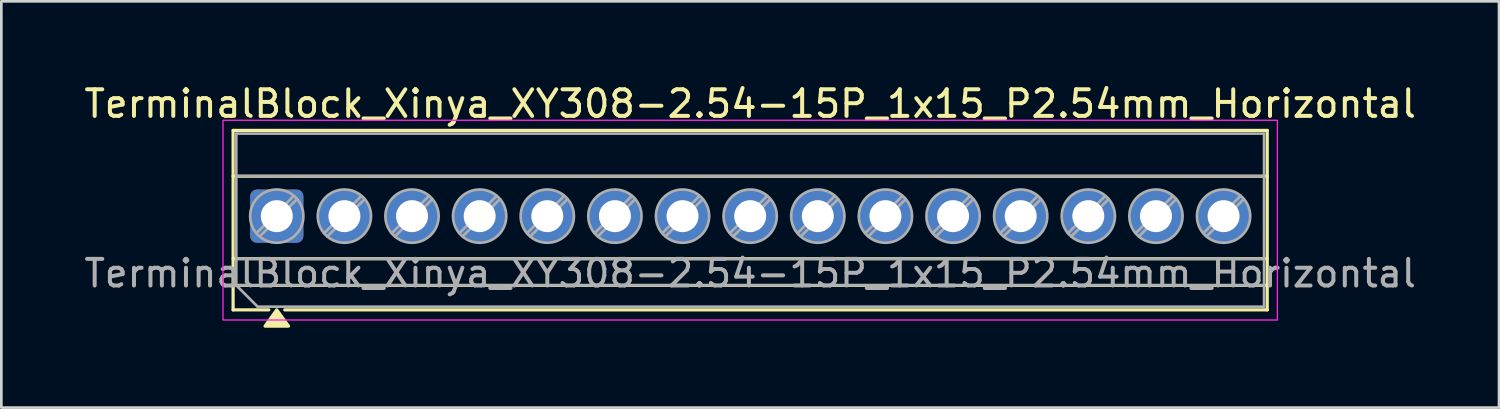
<source format=kicad_pcb>
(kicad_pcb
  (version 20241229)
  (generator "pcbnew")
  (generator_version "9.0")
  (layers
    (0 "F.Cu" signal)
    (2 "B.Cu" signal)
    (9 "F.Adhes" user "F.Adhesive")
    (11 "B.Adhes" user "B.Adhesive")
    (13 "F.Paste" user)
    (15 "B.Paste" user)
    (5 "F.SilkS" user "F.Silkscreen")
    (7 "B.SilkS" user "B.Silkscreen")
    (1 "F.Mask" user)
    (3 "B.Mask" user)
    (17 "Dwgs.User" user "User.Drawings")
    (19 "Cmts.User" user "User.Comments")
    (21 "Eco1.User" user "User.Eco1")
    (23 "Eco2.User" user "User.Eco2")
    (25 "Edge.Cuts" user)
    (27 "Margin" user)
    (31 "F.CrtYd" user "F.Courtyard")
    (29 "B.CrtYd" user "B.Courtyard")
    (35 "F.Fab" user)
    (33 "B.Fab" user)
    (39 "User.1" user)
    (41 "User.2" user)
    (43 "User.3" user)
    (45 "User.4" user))
  (footprint "TerminalBlock_Xinya_XY308-2.54-15P_1x15_P2.54mm_Horizontal"
    (layer "F.Cu")
    (at 7.345 5.068)
    (property "Reference" "TerminalBlock_Xinya_XY308-2.54-15P_1x15_P2.54mm_Horizontal" (at 17.78 -4.22 0) (layer "F.SilkS") (effects (font (size 1 1) (thickness 0.15))))
    (attr through_hole)
    (fp_line (start -1.64 -3.22) (end 37.2 -3.22) (stroke (width 0.12) (type solid)) (layer "F.SilkS"))
    (fp_line (start -1.64 -1.5) (end 37.2 -1.5) (stroke (width 0.12) (type solid)) (layer "F.SilkS"))
    (fp_line (start -1.64 1.6) (end 37.2 1.6) (stroke (width 0.12) (type solid)) (layer "F.SilkS"))
    (fp_line (start -1.64 2.6) (end 37.2 2.6) (stroke (width 0.12) (type solid)) (layer "F.SilkS"))
    (fp_line (start -1.64 3.52) (end -1.64 -3.22) (stroke (width 0.12) (type solid)) (layer "F.SilkS"))
    (fp_line (start -0.3 3.52) (end -1.64 3.52) (stroke (width 0.12) (type solid)) (layer "F.SilkS"))
    (fp_line (start 37.2 -3.22) (end 37.2 3.52) (stroke (width 0.12) (type solid)) (layer "F.SilkS"))
    (fp_line (start 37.2 3.52) (end 0.3 3.52) (stroke (width 0.12) (type solid)) (layer "F.SilkS"))
    (fp_poly (pts (xy 0 3.52) (xy 0.44 4.13) (xy -0.44 4.13)) (stroke (width 0.12) (type solid)) (fill yes) (layer "F.SilkS"))
    (fp_rect (start -2.02 -3.6) (end 37.58 3.9) (stroke (width 0.05) (type solid)) (fill no) (layer "F.CrtYd"))
    (fp_line (start -1.52 -3.1) (end 37.08 -3.1) (stroke (width 0.1) (type solid)) (layer "F.Fab"))
    (fp_line (start -1.52 -1.5) (end 37.08 -1.5) (stroke (width 0.1) (type solid)) (layer "F.Fab"))
    (fp_line (start -1.52 1.6) (end 37.08 1.6) (stroke (width 0.1) (type solid)) (layer "F.Fab"))
    (fp_line (start -1.52 2.6) (end -1.52 -3.1) (stroke (width 0.1) (type solid)) (layer "F.Fab"))
    (fp_line (start -1.52 2.6) (end 37.08 2.6) (stroke (width 0.1) (type solid)) (layer "F.Fab"))
    (fp_line (start -0.72 3.4) (end -1.52 2.6) (stroke (width 0.1) (type solid)) (layer "F.Fab"))
    (fp_line (start 0.636 -0.758) (end -0.758 0.636) (stroke (width 0.1) (type solid)) (layer "F.Fab"))
    (fp_line (start 0.758 -0.636) (end -0.636 0.758) (stroke (width 0.1) (type solid)) (layer "F.Fab"))
    (fp_line (start 3.176 -0.758) (end 1.782 0.636) (stroke (width 0.1) (type solid)) (layer "F.Fab"))
    (fp_line (start 3.298 -0.636) (end 1.904 0.758) (stroke (width 0.1) (type solid)) (layer "F.Fab"))
    (fp_line (start 5.716 -0.758) (end 4.322 0.636) (stroke (width 0.1) (type solid)) (layer "F.Fab"))
    (fp_line (start 5.838 -0.636) (end 4.444 0.758) (stroke (width 0.1) (type solid)) (layer "F.Fab"))
    (fp_line (start 8.256 -0.758) (end 6.862 0.636) (stroke (width 0.1) (type solid)) (layer "F.Fab"))
    (fp_line (start 8.378 -0.636) (end 6.984 0.758) (stroke (width 0.1) (type solid)) (layer "F.Fab"))
    (fp_line (start 10.796 -0.758) (end 9.402 0.636) (stroke (width 0.1) (type solid)) (layer "F.Fab"))
    (fp_line (start 10.918 -0.636) (end 9.524 0.758) (stroke (width 0.1) (type solid)) (layer "F.Fab"))
    (fp_line (start 13.336 -0.758) (end 11.942 0.636) (stroke (width 0.1) (type solid)) (layer "F.Fab"))
    (fp_line (start 13.458 -0.636) (end 12.064 0.758) (stroke (width 0.1) (type solid)) (layer "F.Fab"))
    (fp_line (start 15.876 -0.758) (end 14.482 0.636) (stroke (width 0.1) (type solid)) (layer "F.Fab"))
    (fp_line (start 15.998 -0.636) (end 14.604 0.758) (stroke (width 0.1) (type solid)) (layer "F.Fab"))
    (fp_line (start 18.416 -0.758) (end 17.022 0.636) (stroke (width 0.1) (type solid)) (layer "F.Fab"))
    (fp_line (start 18.538 -0.636) (end 17.144 0.758) (stroke (width 0.1) (type solid)) (layer "F.Fab"))
    (fp_line (start 20.956 -0.758) (end 19.562 0.636) (stroke (width 0.1) (type solid)) (layer "F.Fab"))
    (fp_line (start 21.078 -0.636) (end 19.684 0.758) (stroke (width 0.1) (type solid)) (layer "F.Fab"))
    (fp_line (start 23.496 -0.758) (end 22.102 0.636) (stroke (width 0.1) (type solid)) (layer "F.Fab"))
    (fp_line (start 23.618 -0.636) (end 22.224 0.758) (stroke (width 0.1) (type solid)) (layer "F.Fab"))
    (fp_line (start 26.036 -0.758) (end 24.642 0.636) (stroke (width 0.1) (type solid)) (layer "F.Fab"))
    (fp_line (start 26.158 -0.636) (end 24.764 0.758) (stroke (width 0.1) (type solid)) (layer "F.Fab"))
    (fp_line (start 28.576 -0.758) (end 27.182 0.636) (stroke (width 0.1) (type solid)) (layer "F.Fab"))
    (fp_line (start 28.698 -0.636) (end 27.304 0.758) (stroke (width 0.1) (type solid)) (layer "F.Fab"))
    (fp_line (start 31.116 -0.758) (end 29.722 0.636) (stroke (width 0.1) (type solid)) (layer "F.Fab"))
    (fp_line (start 31.238 -0.636) (end 29.844 0.758) (stroke (width 0.1) (type solid)) (layer "F.Fab"))
    (fp_line (start 33.656 -0.758) (end 32.262 0.636) (stroke (width 0.1) (type solid)) (layer "F.Fab"))
    (fp_line (start 33.778 -0.636) (end 32.384 0.758) (stroke (width 0.1) (type solid)) (layer "F.Fab"))
    (fp_line (start 36.196 -0.758) (end 34.802 0.636) (stroke (width 0.1) (type solid)) (layer "F.Fab"))
    (fp_line (start 36.318 -0.636) (end 34.924 0.758) (stroke (width 0.1) (type solid)) (layer "F.Fab"))
    (fp_line (start 37.08 -3.1) (end 37.08 3.4) (stroke (width 0.1) (type solid)) (layer "F.Fab"))
    (fp_line (start 37.08 3.4) (end -0.72 3.4) (stroke (width 0.1) (type solid)) (layer "F.Fab"))
    (fp_circle (center 0 0) (end 1 0) (stroke (width 0.1) (type solid)) (fill no) (layer "F.Fab"))
    (fp_circle (center 2.54 0) (end 3.54 0) (stroke (width 0.1) (type solid)) (fill no) (layer "F.Fab"))
    (fp_circle (center 5.08 0) (end 6.08 0) (stroke (width 0.1) (type solid)) (fill no) (layer "F.Fab"))
    (fp_circle (center 7.62 0) (end 8.62 0) (stroke (width 0.1) (type solid)) (fill no) (layer "F.Fab"))
    (fp_circle (center 10.16 0) (end 11.16 0) (stroke (width 0.1) (type solid)) (fill no) (layer "F.Fab"))
    (fp_circle (center 12.7 0) (end 13.7 0) (stroke (width 0.1) (type solid)) (fill no) (layer "F.Fab"))
    (fp_circle (center 15.24 0) (end 16.24 0) (stroke (width 0.1) (type solid)) (fill no) (layer "F.Fab"))
    (fp_circle (center 17.78 0) (end 18.78 0) (stroke (width 0.1) (type solid)) (fill no) (layer "F.Fab"))
    (fp_circle (center 20.32 0) (end 21.32 0) (stroke (width 0.1) (type solid)) (fill no) (layer "F.Fab"))
    (fp_circle (center 22.86 0) (end 23.86 0) (stroke (width 0.1) (type solid)) (fill no) (layer "F.Fab"))
    (fp_circle (center 25.4 0) (end 26.4 0) (stroke (width 0.1) (type solid)) (fill no) (layer "F.Fab"))
    (fp_circle (center 27.94 0) (end 28.94 0) (stroke (width 0.1) (type solid)) (fill no) (layer "F.Fab"))
    (fp_circle (center 30.48 0) (end 31.48 0) (stroke (width 0.1) (type solid)) (fill no) (layer "F.Fab"))
    (fp_circle (center 33.02 0) (end 34.02 0) (stroke (width 0.1) (type solid)) (fill no) (layer "F.Fab"))
    (fp_circle (center 35.56 0) (end 36.56 0) (stroke (width 0.1) (type solid)) (fill no) (layer "F.Fab"))
    (fp_text user "${REFERENCE}" (at 17.78 2.15 0) (layer "F.Fab") (effects (font (size 1 1) (thickness 0.15))))
    (pad "1" thru_hole roundrect (at 0 0) (size 2 2) (drill 1.2) (layers "*.Cu" "*.Mask") (roundrect_rratio 0.125))
    (pad "2" thru_hole circle (at 2.54 0) (size 2 2) (drill 1.2) (layers "*.Cu" "*.Mask"))
    (pad "3" thru_hole circle (at 5.08 0) (size 2 2) (drill 1.2) (layers "*.Cu" "*.Mask"))
    (pad "4" thru_hole circle (at 7.62 0) (size 2 2) (drill 1.2) (layers "*.Cu" "*.Mask"))
    (pad "5" thru_hole circle (at 10.16 0) (size 2 2) (drill 1.2) (layers "*.Cu" "*.Mask"))
    (pad "6" thru_hole circle (at 12.7 0) (size 2 2) (drill 1.2) (layers "*.Cu" "*.Mask"))
    (pad "7" thru_hole circle (at 15.24 0) (size 2 2) (drill 1.2) (layers "*.Cu" "*.Mask"))
    (pad "8" thru_hole circle (at 17.78 0) (size 2 2) (drill 1.2) (layers "*.Cu" "*.Mask"))
    (pad "9" thru_hole circle (at 20.32 0) (size 2 2) (drill 1.2) (layers "*.Cu" "*.Mask"))
    (pad "10" thru_hole circle (at 22.86 0) (size 2 2) (drill 1.2) (layers "*.Cu" "*.Mask"))
    (pad "11" thru_hole circle (at 25.4 0) (size 2 2) (drill 1.2) (layers "*.Cu" "*.Mask"))
    (pad "12" thru_hole circle (at 27.94 0) (size 2 2) (drill 1.2) (layers "*.Cu" "*.Mask"))
    (pad "13" thru_hole circle (at 30.48 0) (size 2 2) (drill 1.2) (layers "*.Cu" "*.Mask"))
    (pad "14" thru_hole circle (at 33.02 0) (size 2 2) (drill 1.2) (layers "*.Cu" "*.Mask"))
    (pad "15" thru_hole circle (at 35.56 0) (size 2 2) (drill 1.2) (layers "*.Cu" "*.Mask")))
  (gr_rect
    (start -3 -3)
    (end 53.25 12.258)
    (stroke (width 0.1) (type default))
    (fill no)
    (layer "Edge.Cuts")))
</source>
